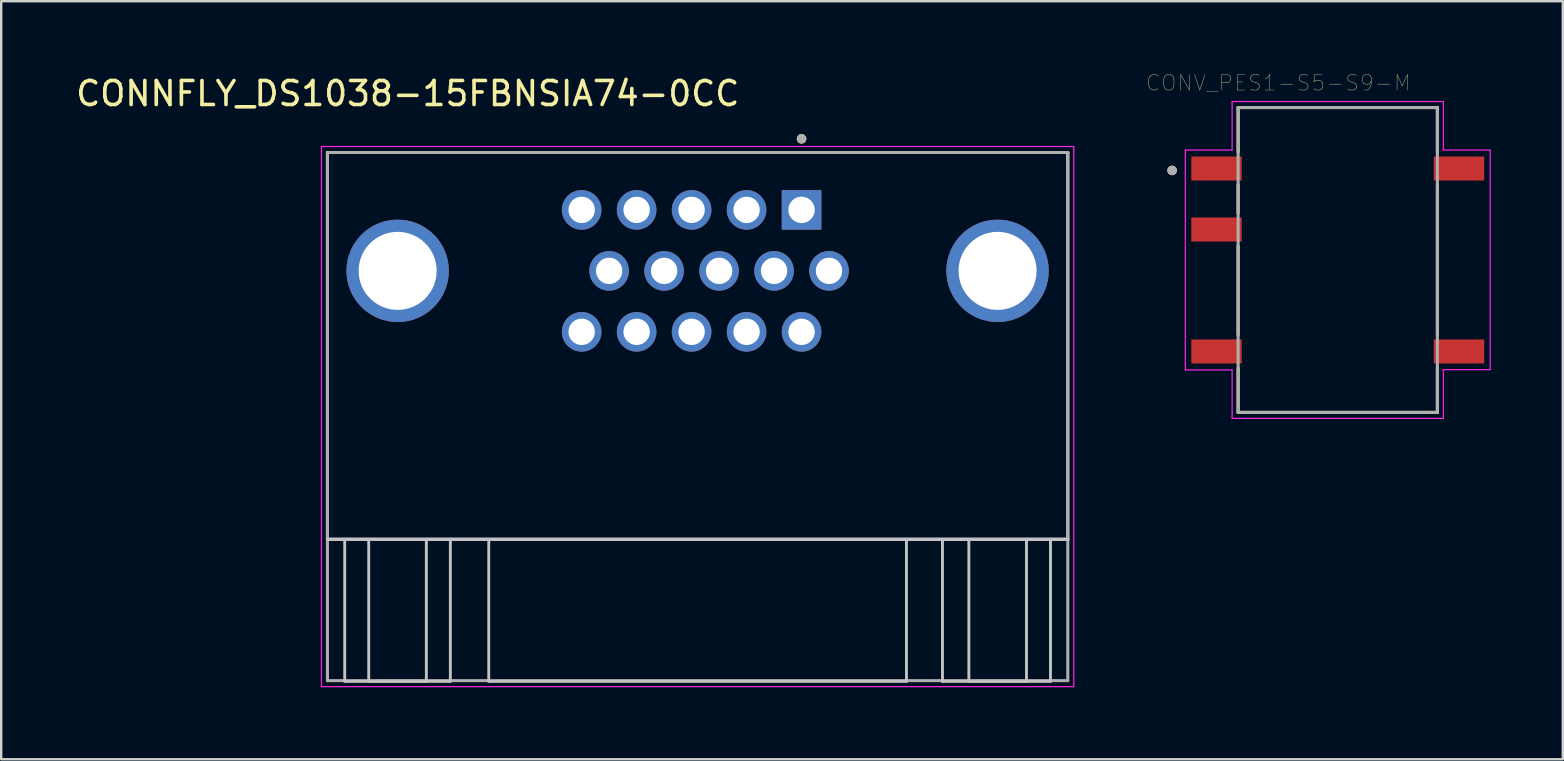
<source format=kicad_pcb>
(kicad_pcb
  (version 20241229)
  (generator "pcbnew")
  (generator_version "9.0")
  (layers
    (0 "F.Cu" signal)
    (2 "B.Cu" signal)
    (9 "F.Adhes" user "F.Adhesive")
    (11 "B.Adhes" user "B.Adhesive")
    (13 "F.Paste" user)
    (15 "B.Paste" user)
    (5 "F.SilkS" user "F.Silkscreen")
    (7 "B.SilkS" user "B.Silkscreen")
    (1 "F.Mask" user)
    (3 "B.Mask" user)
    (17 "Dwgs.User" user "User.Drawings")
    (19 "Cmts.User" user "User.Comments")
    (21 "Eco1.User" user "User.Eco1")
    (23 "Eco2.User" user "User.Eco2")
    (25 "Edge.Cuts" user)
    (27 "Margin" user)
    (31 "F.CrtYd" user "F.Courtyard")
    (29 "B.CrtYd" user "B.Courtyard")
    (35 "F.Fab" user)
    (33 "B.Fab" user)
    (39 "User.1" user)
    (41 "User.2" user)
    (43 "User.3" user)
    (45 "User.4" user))
  (footprint "CONNFLY_DS1038-15FBNSIA74-0CC"
    (layer "F.Cu")
    (at 26.01 8.233)
    (property "Reference" "CONNFLY_DS1038-15FBNSIA74-0CC" (at -12.075 -7.385 0) (layer "F.SilkS") (effects (font (size 1 1) (thickness 0.15))))
    (attr through_hole)
    (fp_line (start -15.42 -4.93) (end 15.42 -4.93) (stroke (width 0.127) (type solid)) (layer "F.SilkS"))
    (fp_line (start -15.42 11.17) (end -15.42 -4.93) (stroke (width 0.127) (type solid)) (layer "F.SilkS"))
    (fp_line (start 15.42 -4.93) (end 15.42 11.17) (stroke (width 0.127) (type solid)) (layer "F.SilkS"))
    (fp_circle (center 4.33 -5.5) (end 4.43 -5.5) (stroke (width 0.2) (type solid)) (fill no) (layer "F.SilkS"))
    (fp_line (start -14.7 17.1) (end -14.7 11.2) (stroke (width 0.12) (type solid)) (layer "Dwgs.User"))
    (fp_line (start -13.7 11.2) (end -13.7 17.1) (stroke (width 0.12) (type solid)) (layer "Dwgs.User"))
    (fp_line (start -13.7 17.1) (end -11.3 17.1) (stroke (width 0.12) (type solid)) (layer "Dwgs.User"))
    (fp_line (start -11.3 17.1) (end -11.3 11.2) (stroke (width 0.12) (type solid)) (layer "Dwgs.User"))
    (fp_line (start -10.3 11.2) (end -10.3 17.1) (stroke (width 0.12) (type solid)) (layer "Dwgs.User"))
    (fp_line (start -10.3 17.1) (end -14.7 17.1) (stroke (width 0.12) (type solid)) (layer "Dwgs.User"))
    (fp_line (start -8.7 17.1) (end -8.7 11.2) (stroke (width 0.12) (type solid)) (layer "Dwgs.User"))
    (fp_line (start 8.7 11.2) (end 8.7 17.1) (stroke (width 0.12) (type solid)) (layer "Dwgs.User"))
    (fp_line (start 8.7 17.1) (end -8.7 17.1) (stroke (width 0.12) (type solid)) (layer "Dwgs.User"))
    (fp_line (start 10.2 17.1) (end 10.2 11.2) (stroke (width 0.12) (type solid)) (layer "Dwgs.User"))
    (fp_line (start 11.3 17.1) (end 11.3 11.2) (stroke (width 0.12) (type solid)) (layer "Dwgs.User"))
    (fp_line (start 13.7 11.2) (end 13.7 17.1) (stroke (width 0.12) (type solid)) (layer "Dwgs.User"))
    (fp_line (start 13.7 17.1) (end 11.3 17.1) (stroke (width 0.12) (type solid)) (layer "Dwgs.User"))
    (fp_line (start 14.7 11.2) (end 14.7 17.1) (stroke (width 0.12) (type solid)) (layer "Dwgs.User"))
    (fp_line (start 14.7 17.1) (end 10.2 17.1) (stroke (width 0.12) (type solid)) (layer "Dwgs.User"))
    (fp_line (start 15.43 11.19) (end -15.41 11.19) (stroke (width 0.127) (type solid)) (layer "Dwgs.User"))
    (fp_line (start -15.67 -5.18) (end -15.67 17.32) (stroke (width 0.05) (type solid)) (layer "F.CrtYd"))
    (fp_line (start -15.67 17.32) (end 15.67 17.32) (stroke (width 0.05) (type solid)) (layer "F.CrtYd"))
    (fp_line (start 15.67 -5.18) (end -15.67 -5.18) (stroke (width 0.05) (type solid)) (layer "F.CrtYd"))
    (fp_line (start 15.67 17.32) (end 15.67 -5.18) (stroke (width 0.05) (type solid)) (layer "F.CrtYd"))
    (fp_line (start -15.42 -4.93) (end 15.42 -4.93) (stroke (width 0.127) (type solid)) (layer "F.Fab"))
    (fp_line (start -15.42 11.17) (end -15.42 -4.93) (stroke (width 0.127) (type solid)) (layer "F.Fab"))
    (fp_line (start -15.42 17.07) (end -15.42 11.17) (stroke (width 0.127) (type solid)) (layer "F.Fab"))
    (fp_line (start 15.42 -4.93) (end 15.42 11.17) (stroke (width 0.127) (type solid)) (layer "F.Fab"))
    (fp_line (start 15.42 11.17) (end -15.42 11.17) (stroke (width 0.127) (type solid)) (layer "F.Fab"))
    (fp_line (start 15.42 11.17) (end 15.42 17.07) (stroke (width 0.127) (type solid)) (layer "F.Fab"))
    (fp_line (start 15.42 17.07) (end -15.42 17.07) (stroke (width 0.127) (type solid)) (layer "F.Fab"))
    (fp_circle (center 4.33 -5.5) (end 4.43 -5.5) (stroke (width 0.2) (type solid)) (fill no) (layer "F.Fab"))
    (pad "1" thru_hole rect (at 4.33 -2.54) (size 1.65 1.65) (drill 1.1) (layers "*.Cu" "*.Mask"))
    (pad "2" thru_hole circle (at 2.04 -2.54) (size 1.65 1.65) (drill 1.1) (layers "*.Cu" "*.Mask"))
    (pad "3" thru_hole circle (at -0.25 -2.54) (size 1.65 1.65) (drill 1.1) (layers "*.Cu" "*.Mask"))
    (pad "4" thru_hole circle (at -2.54 -2.54) (size 1.65 1.65) (drill 1.1) (layers "*.Cu" "*.Mask"))
    (pad "5" thru_hole circle (at -4.83 -2.54) (size 1.65 1.65) (drill 1.1) (layers "*.Cu" "*.Mask"))
    (pad "6" thru_hole circle (at 5.475 0) (size 1.65 1.65) (drill 1.1) (layers "*.Cu" "*.Mask"))
    (pad "7" thru_hole circle (at 3.185 0) (size 1.65 1.65) (drill 1.1) (layers "*.Cu" "*.Mask"))
    (pad "8" thru_hole circle (at 0.895 0) (size 1.65 1.65) (drill 1.1) (layers "*.Cu" "*.Mask"))
    (pad "9" thru_hole circle (at -1.395 0) (size 1.65 1.65) (drill 1.1) (layers "*.Cu" "*.Mask"))
    (pad "10" thru_hole circle (at -3.685 0) (size 1.65 1.65) (drill 1.1) (layers "*.Cu" "*.Mask"))
    (pad "11" thru_hole circle (at 4.33 2.54) (size 1.65 1.65) (drill 1.1) (layers "*.Cu" "*.Mask"))
    (pad "12" thru_hole circle (at 2.04 2.54) (size 1.65 1.65) (drill 1.1) (layers "*.Cu" "*.Mask"))
    (pad "13" thru_hole circle (at -0.25 2.54) (size 1.65 1.65) (drill 1.1) (layers "*.Cu" "*.Mask"))
    (pad "14" thru_hole circle (at -2.54 2.54) (size 1.65 1.65) (drill 1.1) (layers "*.Cu" "*.Mask"))
    (pad "15" thru_hole circle (at -4.83 2.54) (size 1.65 1.65) (drill 1.1) (layers "*.Cu" "*.Mask"))
    (pad "S1" thru_hole circle (at -12.495 0) (size 4.266 4.266) (drill 3.25) (layers "*.Cu" "*.Mask"))
    (pad "S2" thru_hole circle (at 12.495 0) (size 4.266 4.266) (drill 3.25) (layers "*.Cu" "*.Mask")))
  (footprint "CONV_PES1-S5-S9-M"
    (layer "F.Cu")
    (at 52.676 7.78)
    (property "Reference" "CONV_PES1-S5-S9-M" (at -2.482 -7.377 0) (layer "F.SilkS") (effects (font (size 0.644 0.644) (thickness 0.015))))
    (attr through_hole)
    (fp_line (start -4.15 -6.35) (end -4.15 -4.49) (stroke (width 0.127) (type solid)) (layer "F.SilkS"))
    (fp_line (start -4.15 -6.35) (end 4.15 -6.35) (stroke (width 0.127) (type solid)) (layer "F.SilkS"))
    (fp_line (start -4.15 -3.13) (end -4.15 -1.95) (stroke (width 0.127) (type solid)) (layer "F.SilkS"))
    (fp_line (start -4.15 -0.58) (end -4.15 3.12) (stroke (width 0.127) (type solid)) (layer "F.SilkS"))
    (fp_line (start -4.15 6.35) (end -4.15 4.5) (stroke (width 0.127) (type solid)) (layer "F.SilkS"))
    (fp_line (start 4.15 -6.35) (end 4.15 -4.49) (stroke (width 0.127) (type solid)) (layer "F.SilkS"))
    (fp_line (start 4.15 3.12) (end 4.15 -3.13) (stroke (width 0.127) (type solid)) (layer "F.SilkS"))
    (fp_line (start 4.15 6.35) (end -4.15 6.35) (stroke (width 0.127) (type solid)) (layer "F.SilkS"))
    (fp_line (start 4.15 6.35) (end 4.15 4.49) (stroke (width 0.127) (type solid)) (layer "F.SilkS"))
    (fp_circle (center -6.9 -3.73) (end -6.8 -3.73) (stroke (width 0.2) (type solid)) (fill no) (layer "F.SilkS"))
    (fp_line (start -6.35 -4.58) (end -4.4 -4.58) (stroke (width 0.05) (type solid)) (layer "F.CrtYd"))
    (fp_line (start -6.35 4.58) (end -6.35 -4.58) (stroke (width 0.05) (type solid)) (layer "F.CrtYd"))
    (fp_line (start -4.4 -6.6) (end 4.4 -6.6) (stroke (width 0.05) (type solid)) (layer "F.CrtYd"))
    (fp_line (start -4.4 -4.58) (end -4.4 -6.6) (stroke (width 0.05) (type solid)) (layer "F.CrtYd"))
    (fp_line (start -4.4 4.58) (end -6.35 4.58) (stroke (width 0.05) (type solid)) (layer "F.CrtYd"))
    (fp_line (start -4.4 6.6) (end -4.4 4.58) (stroke (width 0.05) (type solid)) (layer "F.CrtYd"))
    (fp_line (start 4.4 -6.6) (end 4.4 -4.58) (stroke (width 0.05) (type solid)) (layer "F.CrtYd"))
    (fp_line (start 4.4 -4.58) (end 6.35 -4.58) (stroke (width 0.05) (type solid)) (layer "F.CrtYd"))
    (fp_line (start 4.4 4.57) (end 4.4 6.6) (stroke (width 0.05) (type solid)) (layer "F.CrtYd"))
    (fp_line (start 4.4 6.6) (end -4.4 6.6) (stroke (width 0.05) (type solid)) (layer "F.CrtYd"))
    (fp_line (start 6.35 -4.58) (end 6.35 4.57) (stroke (width 0.05) (type solid)) (layer "F.CrtYd"))
    (fp_line (start 6.35 4.57) (end 4.4 4.57) (stroke (width 0.05) (type solid)) (layer "F.CrtYd"))
    (fp_line (start -4.15 -6.35) (end 4.15 -6.35) (stroke (width 0.127) (type solid)) (layer "F.Fab"))
    (fp_line (start -4.15 6.35) (end -4.15 -6.35) (stroke (width 0.127) (type solid)) (layer "F.Fab"))
    (fp_line (start 4.15 -6.35) (end 4.15 6.35) (stroke (width 0.127) (type solid)) (layer "F.Fab"))
    (fp_line (start 4.15 6.35) (end -4.15 6.35) (stroke (width 0.127) (type solid)) (layer "F.Fab"))
    (fp_circle (center -6.9 -3.73) (end -6.8 -3.73) (stroke (width 0.2) (type solid)) (fill no) (layer "F.Fab"))
    (pad "1" smd rect (at -5.05 -3.81) (size 2.1 1) (layers "F.Cu" "F.Mask" "F.Paste"))
    (pad "2" smd rect (at -5.05 -1.27) (size 2.1 1) (layers "F.Cu" "F.Mask" "F.Paste"))
    (pad "4" smd rect (at -5.05 3.81) (size 2.1 1) (layers "F.Cu" "F.Mask" "F.Paste"))
    (pad "5" smd rect (at 5.05 3.81) (size 2.1 1) (layers "F.Cu" "F.Mask" "F.Paste"))
    (pad "8" smd rect (at 5.05 -3.81) (size 2.1 1) (layers "F.Cu" "F.Mask" "F.Paste")))
  (gr_rect
    (start -3 -3)
    (end 62.051 28.578)
    (stroke (width 0.1) (type default))
    (fill no)
    (layer "Edge.Cuts")))
</source>
